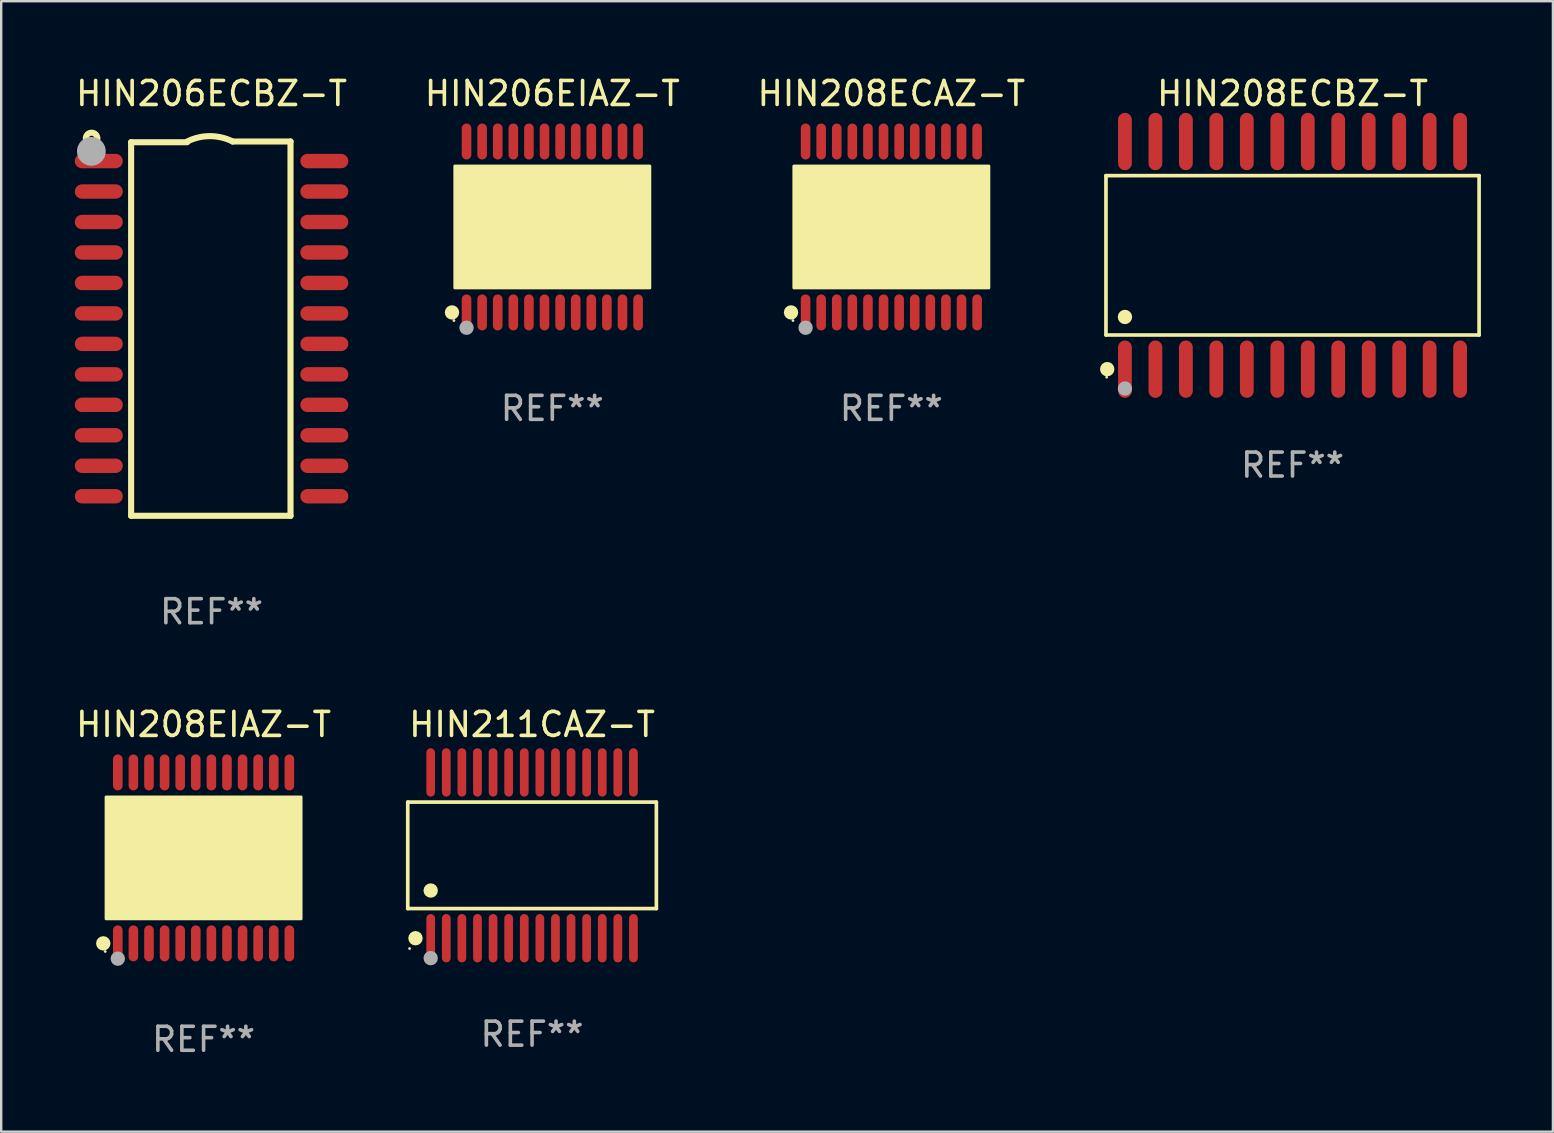
<source format=kicad_pcb>
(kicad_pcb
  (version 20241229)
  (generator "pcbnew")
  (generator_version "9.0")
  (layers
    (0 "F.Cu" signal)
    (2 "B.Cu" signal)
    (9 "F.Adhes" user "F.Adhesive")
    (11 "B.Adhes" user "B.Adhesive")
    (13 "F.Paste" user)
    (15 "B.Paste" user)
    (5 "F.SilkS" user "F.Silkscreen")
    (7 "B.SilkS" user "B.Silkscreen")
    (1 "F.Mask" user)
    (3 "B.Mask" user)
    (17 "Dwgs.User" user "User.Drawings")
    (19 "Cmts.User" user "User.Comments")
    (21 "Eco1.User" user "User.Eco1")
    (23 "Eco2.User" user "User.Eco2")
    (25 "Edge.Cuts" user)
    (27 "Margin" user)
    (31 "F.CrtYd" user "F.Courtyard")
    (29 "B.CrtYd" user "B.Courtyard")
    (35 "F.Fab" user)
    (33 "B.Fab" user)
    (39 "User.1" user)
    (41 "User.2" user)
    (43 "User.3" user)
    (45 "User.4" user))
  (footprint "HIN206EIAZ-T"
    (layer "F.Cu")
    (at 19.97 6.41)
    (property "Reference" "HIN206EIAZ-T" (at 0 -5.562 0) (layer "F.SilkS") (effects (font (size 1 1) (thickness 0.15))))
    (attr through_hole)
    (fp_circle (center -4.181 3.562) (end -4.031 3.562) (stroke (width 0.3) (type solid)) (fill no) (layer "F.SilkS"))
    (fp_circle (center -4.1 3.9) (end -4.07 3.9) (stroke (width 0.06) (type solid)) (fill no) (layer "F.SilkS"))
    (fp_circle (center -3.575 1.819) (end -3.425 1.819) (stroke (width 0.3) (type solid)) (fill no) (layer "F.SilkS"))
    (fp_poly (pts (xy -4.064 -2.54) (xy 4.064 -2.54) (xy 4.064 2.54) (xy -4.064 2.54)) (stroke (width 0.12) (type solid)) (fill yes) (layer "F.SilkS"))
    (fp_circle (center -3.575 4.2) (end -3.425 4.2) (stroke (width 0.3) (type solid)) (fill no) (layer "F.Fab"))
    (fp_text user "REF**" (at 0 7.562 0) (layer "F.Fab") (effects (font (size 1 1) (thickness 0.15))))
    (pad "1" smd oval (at -3.575 3.562) (size 0.4 1.5) (layers "F.Cu" "F.Mask" "F.Paste"))
    (pad "2" smd oval (at -2.925 3.562) (size 0.4 1.5) (layers "F.Cu" "F.Mask" "F.Paste"))
    (pad "3" smd oval (at -2.275 3.562) (size 0.4 1.5) (layers "F.Cu" "F.Mask" "F.Paste"))
    (pad "4" smd oval (at -1.625 3.562) (size 0.4 1.5) (layers "F.Cu" "F.Mask" "F.Paste"))
    (pad "5" smd oval (at -0.975 3.562) (size 0.4 1.5) (layers "F.Cu" "F.Mask" "F.Paste"))
    (pad "6" smd oval (at -0.325 3.562) (size 0.4 1.5) (layers "F.Cu" "F.Mask" "F.Paste"))
    (pad "7" smd oval (at 0.325 3.562) (size 0.4 1.5) (layers "F.Cu" "F.Mask" "F.Paste"))
    (pad "8" smd oval (at 0.975 3.562) (size 0.4 1.5) (layers "F.Cu" "F.Mask" "F.Paste"))
    (pad "9" smd oval (at 1.625 3.562) (size 0.4 1.5) (layers "F.Cu" "F.Mask" "F.Paste"))
    (pad "10" smd oval (at 2.275 3.562) (size 0.4 1.5) (layers "F.Cu" "F.Mask" "F.Paste"))
    (pad "11" smd oval (at 2.925 3.562) (size 0.4 1.5) (layers "F.Cu" "F.Mask" "F.Paste"))
    (pad "12" smd oval (at 3.575 3.562) (size 0.4 1.5) (layers "F.Cu" "F.Mask" "F.Paste"))
    (pad "13" smd oval (at 3.575 -3.562) (size 0.4 1.5) (layers "F.Cu" "F.Mask" "F.Paste"))
    (pad "14" smd oval (at 2.925 -3.562) (size 0.4 1.5) (layers "F.Cu" "F.Mask" "F.Paste"))
    (pad "15" smd oval (at 2.275 -3.562) (size 0.4 1.5) (layers "F.Cu" "F.Mask" "F.Paste"))
    (pad "16" smd oval (at 1.625 -3.562) (size 0.4 1.5) (layers "F.Cu" "F.Mask" "F.Paste"))
    (pad "17" smd oval (at 0.975 -3.562) (size 0.4 1.5) (layers "F.Cu" "F.Mask" "F.Paste"))
    (pad "18" smd oval (at 0.325 -3.562) (size 0.4 1.5) (layers "F.Cu" "F.Mask" "F.Paste"))
    (pad "19" smd oval (at -0.325 -3.562) (size 0.4 1.5) (layers "F.Cu" "F.Mask" "F.Paste"))
    (pad "20" smd oval (at -0.975 -3.562) (size 0.4 1.5) (layers "F.Cu" "F.Mask" "F.Paste"))
    (pad "21" smd oval (at -1.625 -3.562) (size 0.4 1.5) (layers "F.Cu" "F.Mask" "F.Paste"))
    (pad "22" smd oval (at -2.275 -3.562) (size 0.4 1.5) (layers "F.Cu" "F.Mask" "F.Paste"))
    (pad "23" smd oval (at -2.925 -3.562) (size 0.4 1.5) (layers "F.Cu" "F.Mask" "F.Paste"))
    (pad "24" smd oval (at -3.575 -3.562) (size 0.4 1.5) (layers "F.Cu" "F.Mask" "F.Paste")))
  (footprint "HIN208ECBZ-T"
    (layer "F.Cu")
    (at 50.822 7.592)
    (property "Reference" "HIN208ECBZ-T" (at 0 -6.744 0) (layer "F.SilkS") (effects (font (size 1 1) (thickness 0.15))))
    (attr through_hole)
    (fp_line (start -7.776 -3.321) (end 7.776 -3.321) (stroke (width 0.152) (type solid)) (layer "F.SilkS"))
    (fp_line (start -7.776 3.321) (end -7.776 -3.321) (stroke (width 0.152) (type solid)) (layer "F.SilkS"))
    (fp_line (start 7.776 -3.321) (end 7.776 3.321) (stroke (width 0.152) (type solid)) (layer "F.SilkS"))
    (fp_line (start 7.776 3.321) (end -7.776 3.321) (stroke (width 0.152) (type solid)) (layer "F.SilkS"))
    (fp_circle (center -7.747 5.08) (end -7.717 5.08) (stroke (width 0.06) (type solid)) (fill no) (layer "F.SilkS"))
    (fp_circle (center -7.724 4.744) (end -7.574 4.744) (stroke (width 0.3) (type solid)) (fill no) (layer "F.SilkS"))
    (fp_circle (center -6.985 2.569) (end -6.835 2.569) (stroke (width 0.3) (type solid)) (fill no) (layer "F.SilkS"))
    (fp_circle (center -6.985 5.55) (end -6.835 5.55) (stroke (width 0.3) (type solid)) (fill no) (layer "F.Fab"))
    (fp_text user "REF**" (at 0 8.744 0) (layer "F.Fab") (effects (font (size 1 1) (thickness 0.15))))
    (pad "1" smd oval (at -6.985 4.744) (size 0.574 2.388) (layers "F.Cu" "F.Mask" "F.Paste"))
    (pad "2" smd oval (at -5.715 4.744) (size 0.574 2.388) (layers "F.Cu" "F.Mask" "F.Paste"))
    (pad "3" smd oval (at -4.445 4.744) (size 0.574 2.388) (layers "F.Cu" "F.Mask" "F.Paste"))
    (pad "4" smd oval (at -3.175 4.744) (size 0.574 2.388) (layers "F.Cu" "F.Mask" "F.Paste"))
    (pad "5" smd oval (at -1.905 4.744) (size 0.574 2.388) (layers "F.Cu" "F.Mask" "F.Paste"))
    (pad "6" smd oval (at -0.635 4.744) (size 0.574 2.388) (layers "F.Cu" "F.Mask" "F.Paste"))
    (pad "7" smd oval (at 0.635 4.744) (size 0.574 2.388) (layers "F.Cu" "F.Mask" "F.Paste"))
    (pad "8" smd oval (at 1.905 4.744) (size 0.574 2.388) (layers "F.Cu" "F.Mask" "F.Paste"))
    (pad "9" smd oval (at 3.175 4.744) (size 0.574 2.388) (layers "F.Cu" "F.Mask" "F.Paste"))
    (pad "10" smd oval (at 4.445 4.744) (size 0.574 2.388) (layers "F.Cu" "F.Mask" "F.Paste"))
    (pad "11" smd oval (at 5.715 4.744) (size 0.574 2.388) (layers "F.Cu" "F.Mask" "F.Paste"))
    (pad "12" smd oval (at 6.985 4.744) (size 0.574 2.388) (layers "F.Cu" "F.Mask" "F.Paste"))
    (pad "13" smd oval (at 6.985 -4.744) (size 0.574 2.388) (layers "F.Cu" "F.Mask" "F.Paste"))
    (pad "14" smd oval (at 5.715 -4.744) (size 0.574 2.388) (layers "F.Cu" "F.Mask" "F.Paste"))
    (pad "15" smd oval (at 4.445 -4.744) (size 0.574 2.388) (layers "F.Cu" "F.Mask" "F.Paste"))
    (pad "16" smd oval (at 3.175 -4.744) (size 0.574 2.388) (layers "F.Cu" "F.Mask" "F.Paste"))
    (pad "17" smd oval (at 1.905 -4.744) (size 0.574 2.388) (layers "F.Cu" "F.Mask" "F.Paste"))
    (pad "18" smd oval (at 0.635 -4.744) (size 0.574 2.388) (layers "F.Cu" "F.Mask" "F.Paste"))
    (pad "19" smd oval (at -0.635 -4.744) (size 0.574 2.388) (layers "F.Cu" "F.Mask" "F.Paste"))
    (pad "20" smd oval (at -1.905 -4.744) (size 0.574 2.388) (layers "F.Cu" "F.Mask" "F.Paste"))
    (pad "21" smd oval (at -3.175 -4.744) (size 0.574 2.388) (layers "F.Cu" "F.Mask" "F.Paste"))
    (pad "22" smd oval (at -4.445 -4.744) (size 0.574 2.388) (layers "F.Cu" "F.Mask" "F.Paste"))
    (pad "23" smd oval (at -5.715 -4.744) (size 0.574 2.388) (layers "F.Cu" "F.Mask" "F.Paste"))
    (pad "24" smd oval (at -6.985 -4.744) (size 0.574 2.388) (layers "F.Cu" "F.Mask" "F.Paste")))
  (footprint "HIN208EIAZ-T"
    (layer "F.Cu")
    (at 5.435 32.707)
    (property "Reference" "HIN208EIAZ-T" (at 0 -5.562 0) (layer "F.SilkS") (effects (font (size 1 1) (thickness 0.15))))
    (attr through_hole)
    (fp_circle (center -4.181 3.562) (end -4.031 3.562) (stroke (width 0.3) (type solid)) (fill no) (layer "F.SilkS"))
    (fp_circle (center -4.1 3.9) (end -4.07 3.9) (stroke (width 0.06) (type solid)) (fill no) (layer "F.SilkS"))
    (fp_circle (center -3.575 1.819) (end -3.425 1.819) (stroke (width 0.3) (type solid)) (fill no) (layer "F.SilkS"))
    (fp_poly (pts (xy -4.064 -2.54) (xy 4.064 -2.54) (xy 4.064 2.54) (xy -4.064 2.54)) (stroke (width 0.12) (type solid)) (fill yes) (layer "F.SilkS"))
    (fp_circle (center -3.575 4.2) (end -3.425 4.2) (stroke (width 0.3) (type solid)) (fill no) (layer "F.Fab"))
    (fp_text user "REF**" (at 0 7.562 0) (layer "F.Fab") (effects (font (size 1 1) (thickness 0.15))))
    (pad "1" smd oval (at -3.575 3.562) (size 0.4 1.5) (layers "F.Cu" "F.Mask" "F.Paste"))
    (pad "2" smd oval (at -2.925 3.562) (size 0.4 1.5) (layers "F.Cu" "F.Mask" "F.Paste"))
    (pad "3" smd oval (at -2.275 3.562) (size 0.4 1.5) (layers "F.Cu" "F.Mask" "F.Paste"))
    (pad "4" smd oval (at -1.625 3.562) (size 0.4 1.5) (layers "F.Cu" "F.Mask" "F.Paste"))
    (pad "5" smd oval (at -0.975 3.562) (size 0.4 1.5) (layers "F.Cu" "F.Mask" "F.Paste"))
    (pad "6" smd oval (at -0.325 3.562) (size 0.4 1.5) (layers "F.Cu" "F.Mask" "F.Paste"))
    (pad "7" smd oval (at 0.325 3.562) (size 0.4 1.5) (layers "F.Cu" "F.Mask" "F.Paste"))
    (pad "8" smd oval (at 0.975 3.562) (size 0.4 1.5) (layers "F.Cu" "F.Mask" "F.Paste"))
    (pad "9" smd oval (at 1.625 3.562) (size 0.4 1.5) (layers "F.Cu" "F.Mask" "F.Paste"))
    (pad "10" smd oval (at 2.275 3.562) (size 0.4 1.5) (layers "F.Cu" "F.Mask" "F.Paste"))
    (pad "11" smd oval (at 2.925 3.562) (size 0.4 1.5) (layers "F.Cu" "F.Mask" "F.Paste"))
    (pad "12" smd oval (at 3.575 3.562) (size 0.4 1.5) (layers "F.Cu" "F.Mask" "F.Paste"))
    (pad "13" smd oval (at 3.575 -3.562) (size 0.4 1.5) (layers "F.Cu" "F.Mask" "F.Paste"))
    (pad "14" smd oval (at 2.925 -3.562) (size 0.4 1.5) (layers "F.Cu" "F.Mask" "F.Paste"))
    (pad "15" smd oval (at 2.275 -3.562) (size 0.4 1.5) (layers "F.Cu" "F.Mask" "F.Paste"))
    (pad "16" smd oval (at 1.625 -3.562) (size 0.4 1.5) (layers "F.Cu" "F.Mask" "F.Paste"))
    (pad "17" smd oval (at 0.975 -3.562) (size 0.4 1.5) (layers "F.Cu" "F.Mask" "F.Paste"))
    (pad "18" smd oval (at 0.325 -3.562) (size 0.4 1.5) (layers "F.Cu" "F.Mask" "F.Paste"))
    (pad "19" smd oval (at -0.325 -3.562) (size 0.4 1.5) (layers "F.Cu" "F.Mask" "F.Paste"))
    (pad "20" smd oval (at -0.975 -3.562) (size 0.4 1.5) (layers "F.Cu" "F.Mask" "F.Paste"))
    (pad "21" smd oval (at -1.625 -3.562) (size 0.4 1.5) (layers "F.Cu" "F.Mask" "F.Paste"))
    (pad "22" smd oval (at -2.275 -3.562) (size 0.4 1.5) (layers "F.Cu" "F.Mask" "F.Paste"))
    (pad "23" smd oval (at -2.925 -3.562) (size 0.4 1.5) (layers "F.Cu" "F.Mask" "F.Paste"))
    (pad "24" smd oval (at -3.575 -3.562) (size 0.4 1.5) (layers "F.Cu" "F.Mask" "F.Paste")))
  (footprint "HIN211CAZ-T"
    (layer "F.Cu")
    (at 19.126 32.6)
    (property "Reference" "HIN211CAZ-T" (at 0 -5.455 0) (layer "F.SilkS") (effects (font (size 1 1) (thickness 0.15))))
    (attr through_hole)
    (fp_line (start -5.181 -2.219) (end 5.181 -2.219) (stroke (width 0.152) (type solid)) (layer "F.SilkS"))
    (fp_line (start -5.181 2.219) (end -5.181 -2.219) (stroke (width 0.152) (type solid)) (layer "F.SilkS"))
    (fp_line (start 5.181 -2.219) (end 5.181 2.219) (stroke (width 0.152) (type solid)) (layer "F.SilkS"))
    (fp_line (start 5.181 2.219) (end -5.181 2.219) (stroke (width 0.152) (type solid)) (layer "F.SilkS"))
    (fp_circle (center -5.105 3.885) (end -5.075 3.885) (stroke (width 0.06) (type solid)) (fill no) (layer "F.SilkS"))
    (fp_circle (center -4.859 3.455) (end -4.709 3.455) (stroke (width 0.3) (type solid)) (fill no) (layer "F.SilkS"))
    (fp_circle (center -4.225 1.467) (end -4.075 1.467) (stroke (width 0.3) (type solid)) (fill no) (layer "F.SilkS"))
    (fp_circle (center -4.225 4.285) (end -4.075 4.285) (stroke (width 0.3) (type solid)) (fill no) (layer "F.Fab"))
    (fp_text user "REF**" (at 0 7.455 0) (layer "F.Fab") (effects (font (size 1 1) (thickness 0.15))))
    (pad "1" smd oval (at -4.225 3.455) (size 0.364 2.015) (layers "F.Cu" "F.Mask" "F.Paste"))
    (pad "2" smd oval (at -3.575 3.455) (size 0.364 2.015) (layers "F.Cu" "F.Mask" "F.Paste"))
    (pad "3" smd oval (at -2.925 3.455) (size 0.364 2.015) (layers "F.Cu" "F.Mask" "F.Paste"))
    (pad "4" smd oval (at -2.275 3.455) (size 0.364 2.015) (layers "F.Cu" "F.Mask" "F.Paste"))
    (pad "5" smd oval (at -1.625 3.455) (size 0.364 2.015) (layers "F.Cu" "F.Mask" "F.Paste"))
    (pad "6" smd oval (at -0.975 3.455) (size 0.364 2.015) (layers "F.Cu" "F.Mask" "F.Paste"))
    (pad "7" smd oval (at -0.325 3.455) (size 0.364 2.015) (layers "F.Cu" "F.Mask" "F.Paste"))
    (pad "8" smd oval (at 0.325 3.455) (size 0.364 2.015) (layers "F.Cu" "F.Mask" "F.Paste"))
    (pad "9" smd oval (at 0.975 3.455) (size 0.364 2.015) (layers "F.Cu" "F.Mask" "F.Paste"))
    (pad "10" smd oval (at 1.625 3.455) (size 0.364 2.015) (layers "F.Cu" "F.Mask" "F.Paste"))
    (pad "11" smd oval (at 2.275 3.455) (size 0.364 2.015) (layers "F.Cu" "F.Mask" "F.Paste"))
    (pad "12" smd oval (at 2.925 3.455) (size 0.364 2.015) (layers "F.Cu" "F.Mask" "F.Paste"))
    (pad "13" smd oval (at 3.575 3.455) (size 0.364 2.015) (layers "F.Cu" "F.Mask" "F.Paste"))
    (pad "14" smd oval (at 4.225 3.455) (size 0.364 2.015) (layers "F.Cu" "F.Mask" "F.Paste"))
    (pad "15" smd oval (at 4.225 -3.455) (size 0.364 2.015) (layers "F.Cu" "F.Mask" "F.Paste"))
    (pad "16" smd oval (at 3.575 -3.455) (size 0.364 2.015) (layers "F.Cu" "F.Mask" "F.Paste"))
    (pad "17" smd oval (at 2.925 -3.455) (size 0.364 2.015) (layers "F.Cu" "F.Mask" "F.Paste"))
    (pad "18" smd oval (at 2.275 -3.455) (size 0.364 2.015) (layers "F.Cu" "F.Mask" "F.Paste"))
    (pad "19" smd oval (at 1.625 -3.455) (size 0.364 2.015) (layers "F.Cu" "F.Mask" "F.Paste"))
    (pad "20" smd oval (at 0.975 -3.455) (size 0.364 2.015) (layers "F.Cu" "F.Mask" "F.Paste"))
    (pad "21" smd oval (at 0.325 -3.455) (size 0.364 2.015) (layers "F.Cu" "F.Mask" "F.Paste"))
    (pad "22" smd oval (at -0.325 -3.455) (size 0.364 2.015) (layers "F.Cu" "F.Mask" "F.Paste"))
    (pad "23" smd oval (at -0.975 -3.455) (size 0.364 2.015) (layers "F.Cu" "F.Mask" "F.Paste"))
    (pad "24" smd oval (at -1.625 -3.455) (size 0.364 2.015) (layers "F.Cu" "F.Mask" "F.Paste"))
    (pad "25" smd oval (at -2.275 -3.455) (size 0.364 2.015) (layers "F.Cu" "F.Mask" "F.Paste"))
    (pad "26" smd oval (at -2.925 -3.455) (size 0.364 2.015) (layers "F.Cu" "F.Mask" "F.Paste"))
    (pad "27" smd oval (at -3.575 -3.455) (size 0.364 2.015) (layers "F.Cu" "F.Mask" "F.Paste"))
    (pad "28" smd oval (at -4.225 -3.455) (size 0.364 2.015) (layers "F.Cu" "F.Mask" "F.Paste")))
  (footprint "HIN206ECBZ-T"
    (layer "F.Cu")
    (at 5.768 10.648)
    (property "Reference" "HIN206ECBZ-T" (at 0 -9.8 0) (layer "F.SilkS") (effects (font (size 1 1) (thickness 0.15))))
    (attr through_hole)
    (fp_line (start -3.353 -7.77) (end -1.016 -7.77) (stroke (width 0.254) (type solid)) (layer "F.SilkS"))
    (fp_line (start -3.353 7.8) (end -3.353 -7.77) (stroke (width 0.254) (type solid)) (layer "F.SilkS"))
    (fp_line (start 0.881 -7.8) (end 3.29 -7.8) (stroke (width 0.254) (type solid)) (layer "F.SilkS"))
    (fp_line (start 3.29 -7.8) (end 3.29 7.8) (stroke (width 0.254) (type solid)) (layer "F.SilkS"))
    (fp_line (start 3.29 7.8) (end -3.353 7.8) (stroke (width 0.254) (type solid)) (layer "F.SilkS"))
    (fp_arc (start -1.015951 -7.800025) (mid -0.067691 -8.023879) (end 0.880569 -7.800025) (stroke (width 0.254001) (type solid)) (layer "F.SilkS"))
    (fp_circle (center -5 -7.927) (end -4.886 -7.927) (stroke (width 0.254) (type solid)) (fill no) (layer "F.SilkS"))
    (fp_circle (center -5.01 -7.39) (end -4.71 -7.39) (stroke (width 0.6) (type solid)) (fill no) (layer "F.Fab"))
    (fp_text user "REF**" (at 0 11.8 0) (layer "F.Fab") (effects (font (size 1 1) (thickness 0.15))))
    (pad "1" smd oval (at -4.7 -6.985 270) (size 0.6 2) (layers "F.Cu" "F.Mask" "F.Paste"))
    (pad "2" smd oval (at -4.7 -5.715 270) (size 0.6 2) (layers "F.Cu" "F.Mask" "F.Paste"))
    (pad "3" smd oval (at -4.7 -4.445 270) (size 0.6 2) (layers "F.Cu" "F.Mask" "F.Paste"))
    (pad "4" smd oval (at -4.7 -3.175 270) (size 0.6 2) (layers "F.Cu" "F.Mask" "F.Paste"))
    (pad "5" smd oval (at -4.7 -1.905 270) (size 0.6 2) (layers "F.Cu" "F.Mask" "F.Paste"))
    (pad "6" smd oval (at -4.7 -0.635 270) (size 0.6 2) (layers "F.Cu" "F.Mask" "F.Paste"))
    (pad "7" smd oval (at -4.7 0.635 270) (size 0.6 2) (layers "F.Cu" "F.Mask" "F.Paste"))
    (pad "8" smd oval (at -4.7 1.905 270) (size 0.6 2) (layers "F.Cu" "F.Mask" "F.Paste"))
    (pad "9" smd oval (at -4.7 3.175 270) (size 0.6 2) (layers "F.Cu" "F.Mask" "F.Paste"))
    (pad "10" smd oval (at -4.7 4.445 270) (size 0.6 2) (layers "F.Cu" "F.Mask" "F.Paste"))
    (pad "11" smd oval (at -4.7 5.715 270) (size 0.6 2) (layers "F.Cu" "F.Mask" "F.Paste"))
    (pad "12" smd oval (at -4.7 6.985 270) (size 0.6 2) (layers "F.Cu" "F.Mask" "F.Paste"))
    (pad "13" smd oval (at 4.7 6.985 270) (size 0.6 2) (layers "F.Cu" "F.Mask" "F.Paste"))
    (pad "14" smd oval (at 4.7 5.715 270) (size 0.6 2) (layers "F.Cu" "F.Mask" "F.Paste"))
    (pad "15" smd oval (at 4.7 4.445 270) (size 0.6 2) (layers "F.Cu" "F.Mask" "F.Paste"))
    (pad "16" smd oval (at 4.7 3.175 270) (size 0.6 2) (layers "F.Cu" "F.Mask" "F.Paste"))
    (pad "17" smd oval (at 4.7 1.905 270) (size 0.6 2) (layers "F.Cu" "F.Mask" "F.Paste"))
    (pad "18" smd oval (at 4.7 0.635 270) (size 0.6 2) (layers "F.Cu" "F.Mask" "F.Paste"))
    (pad "19" smd oval (at 4.7 -0.635 270) (size 0.6 2) (layers "F.Cu" "F.Mask" "F.Paste"))
    (pad "20" smd oval (at 4.7 -1.905 270) (size 0.6 2) (layers "F.Cu" "F.Mask" "F.Paste"))
    (pad "21" smd oval (at 4.7 -3.175 270) (size 0.6 2) (layers "F.Cu" "F.Mask" "F.Paste"))
    (pad "22" smd oval (at 4.7 -4.445 270) (size 0.6 2) (layers "F.Cu" "F.Mask" "F.Paste"))
    (pad "23" smd oval (at 4.7 -5.715 270) (size 0.6 2) (layers "F.Cu" "F.Mask" "F.Paste"))
    (pad "24" smd oval (at 4.7 -6.985 270) (size 0.6 2) (layers "F.Cu" "F.Mask" "F.Paste")))
  (footprint "HIN208ECAZ-T"
    (layer "F.Cu")
    (at 34.101 6.41)
    (property "Reference" "HIN208ECAZ-T" (at 0 -5.562 0) (layer "F.SilkS") (effects (font (size 1 1) (thickness 0.15))))
    (attr through_hole)
    (fp_circle (center -4.181 3.562) (end -4.031 3.562) (stroke (width 0.3) (type solid)) (fill no) (layer "F.SilkS"))
    (fp_circle (center -4.1 3.9) (end -4.07 3.9) (stroke (width 0.06) (type solid)) (fill no) (layer "F.SilkS"))
    (fp_circle (center -3.575 1.819) (end -3.425 1.819) (stroke (width 0.3) (type solid)) (fill no) (layer "F.SilkS"))
    (fp_poly (pts (xy -4.064 -2.54) (xy 4.064 -2.54) (xy 4.064 2.54) (xy -4.064 2.54)) (stroke (width 0.12) (type solid)) (fill yes) (layer "F.SilkS"))
    (fp_circle (center -3.575 4.2) (end -3.425 4.2) (stroke (width 0.3) (type solid)) (fill no) (layer "F.Fab"))
    (fp_text user "REF**" (at 0 7.562 0) (layer "F.Fab") (effects (font (size 1 1) (thickness 0.15))))
    (pad "1" smd oval (at -3.575 3.562) (size 0.4 1.5) (layers "F.Cu" "F.Mask" "F.Paste"))
    (pad "2" smd oval (at -2.925 3.562) (size 0.4 1.5) (layers "F.Cu" "F.Mask" "F.Paste"))
    (pad "3" smd oval (at -2.275 3.562) (size 0.4 1.5) (layers "F.Cu" "F.Mask" "F.Paste"))
    (pad "4" smd oval (at -1.625 3.562) (size 0.4 1.5) (layers "F.Cu" "F.Mask" "F.Paste"))
    (pad "5" smd oval (at -0.975 3.562) (size 0.4 1.5) (layers "F.Cu" "F.Mask" "F.Paste"))
    (pad "6" smd oval (at -0.325 3.562) (size 0.4 1.5) (layers "F.Cu" "F.Mask" "F.Paste"))
    (pad "7" smd oval (at 0.325 3.562) (size 0.4 1.5) (layers "F.Cu" "F.Mask" "F.Paste"))
    (pad "8" smd oval (at 0.975 3.562) (size 0.4 1.5) (layers "F.Cu" "F.Mask" "F.Paste"))
    (pad "9" smd oval (at 1.625 3.562) (size 0.4 1.5) (layers "F.Cu" "F.Mask" "F.Paste"))
    (pad "10" smd oval (at 2.275 3.562) (size 0.4 1.5) (layers "F.Cu" "F.Mask" "F.Paste"))
    (pad "11" smd oval (at 2.925 3.562) (size 0.4 1.5) (layers "F.Cu" "F.Mask" "F.Paste"))
    (pad "12" smd oval (at 3.575 3.562) (size 0.4 1.5) (layers "F.Cu" "F.Mask" "F.Paste"))
    (pad "13" smd oval (at 3.575 -3.562) (size 0.4 1.5) (layers "F.Cu" "F.Mask" "F.Paste"))
    (pad "14" smd oval (at 2.925 -3.562) (size 0.4 1.5) (layers "F.Cu" "F.Mask" "F.Paste"))
    (pad "15" smd oval (at 2.275 -3.562) (size 0.4 1.5) (layers "F.Cu" "F.Mask" "F.Paste"))
    (pad "16" smd oval (at 1.625 -3.562) (size 0.4 1.5) (layers "F.Cu" "F.Mask" "F.Paste"))
    (pad "17" smd oval (at 0.975 -3.562) (size 0.4 1.5) (layers "F.Cu" "F.Mask" "F.Paste"))
    (pad "18" smd oval (at 0.325 -3.562) (size 0.4 1.5) (layers "F.Cu" "F.Mask" "F.Paste"))
    (pad "19" smd oval (at -0.325 -3.562) (size 0.4 1.5) (layers "F.Cu" "F.Mask" "F.Paste"))
    (pad "20" smd oval (at -0.975 -3.562) (size 0.4 1.5) (layers "F.Cu" "F.Mask" "F.Paste"))
    (pad "21" smd oval (at -1.625 -3.562) (size 0.4 1.5) (layers "F.Cu" "F.Mask" "F.Paste"))
    (pad "22" smd oval (at -2.275 -3.562) (size 0.4 1.5) (layers "F.Cu" "F.Mask" "F.Paste"))
    (pad "23" smd oval (at -2.925 -3.562) (size 0.4 1.5) (layers "F.Cu" "F.Mask" "F.Paste"))
    (pad "24" smd oval (at -3.575 -3.562) (size 0.4 1.5) (layers "F.Cu" "F.Mask" "F.Paste")))
  (gr_rect
    (start -3 -3)
    (end 61.675 44.117)
    (stroke (width 0.1) (type default))
    (fill no)
    (layer "Edge.Cuts")))
</source>
